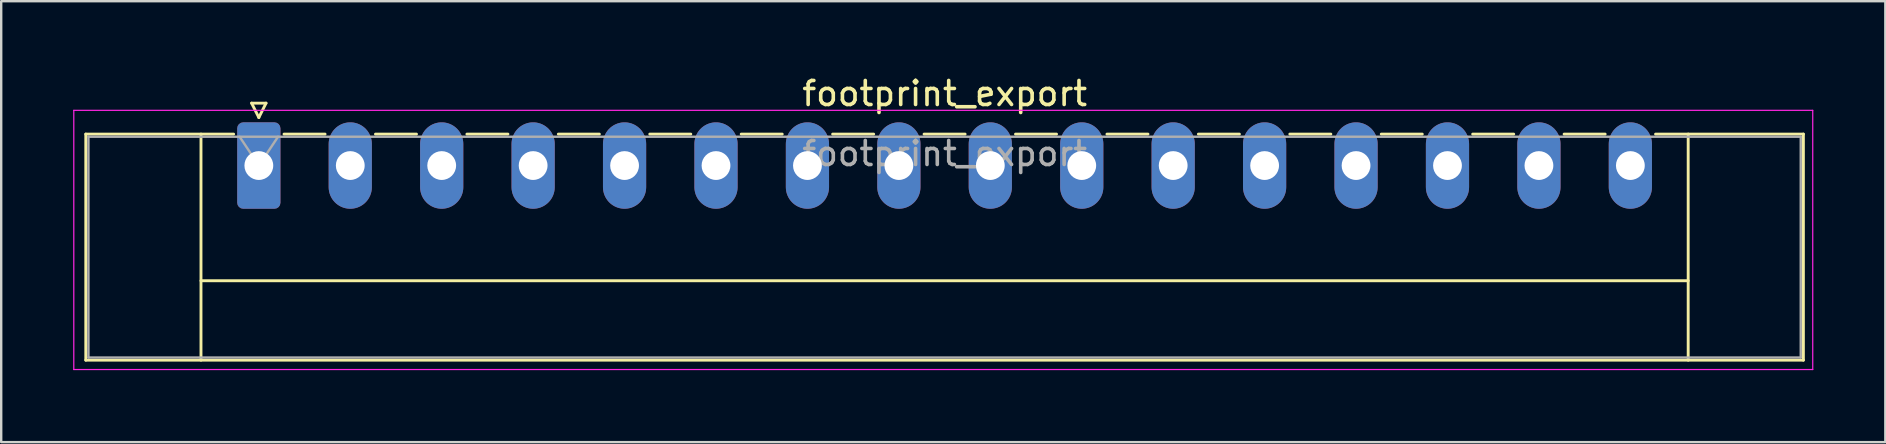
<source format=kicad_pcb>
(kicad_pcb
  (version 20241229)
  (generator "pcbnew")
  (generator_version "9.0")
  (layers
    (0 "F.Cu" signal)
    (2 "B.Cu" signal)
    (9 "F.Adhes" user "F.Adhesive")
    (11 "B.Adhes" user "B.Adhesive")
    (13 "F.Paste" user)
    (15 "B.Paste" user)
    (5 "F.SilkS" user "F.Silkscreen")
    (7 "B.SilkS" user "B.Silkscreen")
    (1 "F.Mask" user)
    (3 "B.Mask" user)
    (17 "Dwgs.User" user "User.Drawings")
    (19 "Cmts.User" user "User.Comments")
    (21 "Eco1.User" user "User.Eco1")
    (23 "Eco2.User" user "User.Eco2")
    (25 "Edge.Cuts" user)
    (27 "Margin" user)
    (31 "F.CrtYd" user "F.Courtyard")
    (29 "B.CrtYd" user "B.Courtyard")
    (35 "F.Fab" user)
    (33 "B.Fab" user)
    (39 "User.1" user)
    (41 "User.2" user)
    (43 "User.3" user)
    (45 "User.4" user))
  (footprint "footprint_export"
    (layer "F.Cu")
    (at 7.735 3.848)
    (property "Reference" "footprint_export" (at 28.58 -3 0) (layer "F.SilkS") (effects (font (size 1 1) (thickness 0.15))))
    (attr through_hole)
    (fp_line (start -7.21 -1.31) (end -7.21 8.11) (stroke (width 0.12) (type solid)) (layer "F.SilkS"))
    (fp_line (start -7.21 -1.31) (end -1.05 -1.31) (stroke (width 0.12) (type solid)) (layer "F.SilkS"))
    (fp_line (start -7.21 8.11) (end 64.36 8.11) (stroke (width 0.12) (type solid)) (layer "F.SilkS"))
    (fp_line (start -2.41 -1.31) (end -2.41 8.11) (stroke (width 0.12) (type solid)) (layer "F.SilkS"))
    (fp_line (start -2.41 4.8) (end 59.56 4.8) (stroke (width 0.12) (type solid)) (layer "F.SilkS"))
    (fp_line (start -0.3 -2.6) (end 0.3 -2.6) (stroke (width 0.12) (type solid)) (layer "F.SilkS"))
    (fp_line (start 0 -2) (end -0.3 -2.6) (stroke (width 0.12) (type solid)) (layer "F.SilkS"))
    (fp_line (start 0.3 -2.6) (end 0 -2) (stroke (width 0.12) (type solid)) (layer "F.SilkS"))
    (fp_line (start 1.05 -1.31) (end 2.76 -1.31) (stroke (width 0.12) (type solid)) (layer "F.SilkS"))
    (fp_line (start 4.86 -1.31) (end 6.57 -1.31) (stroke (width 0.12) (type solid)) (layer "F.SilkS"))
    (fp_line (start 8.67 -1.31) (end 10.38 -1.31) (stroke (width 0.12) (type solid)) (layer "F.SilkS"))
    (fp_line (start 12.48 -1.31) (end 14.19 -1.31) (stroke (width 0.12) (type solid)) (layer "F.SilkS"))
    (fp_line (start 16.29 -1.31) (end 18 -1.31) (stroke (width 0.12) (type solid)) (layer "F.SilkS"))
    (fp_line (start 20.1 -1.31) (end 21.81 -1.31) (stroke (width 0.12) (type solid)) (layer "F.SilkS"))
    (fp_line (start 23.91 -1.31) (end 25.62 -1.31) (stroke (width 0.12) (type solid)) (layer "F.SilkS"))
    (fp_line (start 27.72 -1.31) (end 29.43 -1.31) (stroke (width 0.12) (type solid)) (layer "F.SilkS"))
    (fp_line (start 31.53 -1.31) (end 33.24 -1.31) (stroke (width 0.12) (type solid)) (layer "F.SilkS"))
    (fp_line (start 35.34 -1.31) (end 37.05 -1.31) (stroke (width 0.12) (type solid)) (layer "F.SilkS"))
    (fp_line (start 39.15 -1.31) (end 40.86 -1.31) (stroke (width 0.12) (type solid)) (layer "F.SilkS"))
    (fp_line (start 42.96 -1.31) (end 44.67 -1.31) (stroke (width 0.12) (type solid)) (layer "F.SilkS"))
    (fp_line (start 46.77 -1.31) (end 48.48 -1.31) (stroke (width 0.12) (type solid)) (layer "F.SilkS"))
    (fp_line (start 50.58 -1.31) (end 52.29 -1.31) (stroke (width 0.12) (type solid)) (layer "F.SilkS"))
    (fp_line (start 54.39 -1.31) (end 56.1 -1.31) (stroke (width 0.12) (type solid)) (layer "F.SilkS"))
    (fp_line (start 59.56 -1.31) (end 59.56 8.11) (stroke (width 0.12) (type solid)) (layer "F.SilkS"))
    (fp_line (start 64.36 -1.31) (end 58.2 -1.31) (stroke (width 0.12) (type solid)) (layer "F.SilkS"))
    (fp_line (start 64.36 8.11) (end 64.36 -1.31) (stroke (width 0.12) (type solid)) (layer "F.SilkS"))
    (fp_line (start -7.71 -2.3) (end -7.71 8.5) (stroke (width 0.05) (type solid)) (layer "F.CrtYd"))
    (fp_line (start -7.71 8.5) (end 64.75 8.5) (stroke (width 0.05) (type solid)) (layer "F.CrtYd"))
    (fp_line (start 64.75 -2.3) (end -7.71 -2.3) (stroke (width 0.05) (type solid)) (layer "F.CrtYd"))
    (fp_line (start 64.75 8.5) (end 64.75 -2.3) (stroke (width 0.05) (type solid)) (layer "F.CrtYd"))
    (fp_line (start -7.1 -1.2) (end -7.1 8) (stroke (width 0.1) (type solid)) (layer "F.Fab"))
    (fp_line (start -7.1 8) (end 64.25 8) (stroke (width 0.1) (type solid)) (layer "F.Fab"))
    (fp_line (start 0 0) (end -0.8 -1.2) (stroke (width 0.1) (type solid)) (layer "F.Fab"))
    (fp_line (start 0.8 -1.2) (end 0 0) (stroke (width 0.1) (type solid)) (layer "F.Fab"))
    (fp_line (start 64.25 -1.2) (end -7.1 -1.2) (stroke (width 0.1) (type solid)) (layer "F.Fab"))
    (fp_line (start 64.25 8) (end 64.25 -1.2) (stroke (width 0.1) (type solid)) (layer "F.Fab"))
    (fp_text user "${REFERENCE}" (at 28.58 -0.5 0) (layer "F.Fab") (effects (font (size 1 1) (thickness 0.15))))
    (pad "1" thru_hole roundrect (at 0 0) (size 1.8 3.6) (drill 1.2) (layers "*.Cu" "*.Mask") (roundrect_rratio 0.139))
    (pad "2" thru_hole oval (at 3.81 0) (size 1.8 3.6) (drill 1.2) (layers "*.Cu" "*.Mask"))
    (pad "3" thru_hole oval (at 7.62 0) (size 1.8 3.6) (drill 1.2) (layers "*.Cu" "*.Mask"))
    (pad "4" thru_hole oval (at 11.43 0) (size 1.8 3.6) (drill 1.2) (layers "*.Cu" "*.Mask"))
    (pad "5" thru_hole oval (at 15.24 0) (size 1.8 3.6) (drill 1.2) (layers "*.Cu" "*.Mask"))
    (pad "6" thru_hole oval (at 19.05 0) (size 1.8 3.6) (drill 1.2) (layers "*.Cu" "*.Mask"))
    (pad "7" thru_hole oval (at 22.86 0) (size 1.8 3.6) (drill 1.2) (layers "*.Cu" "*.Mask"))
    (pad "8" thru_hole oval (at 26.67 0) (size 1.8 3.6) (drill 1.2) (layers "*.Cu" "*.Mask"))
    (pad "9" thru_hole oval (at 30.48 0) (size 1.8 3.6) (drill 1.2) (layers "*.Cu" "*.Mask"))
    (pad "10" thru_hole oval (at 34.29 0) (size 1.8 3.6) (drill 1.2) (layers "*.Cu" "*.Mask"))
    (pad "11" thru_hole oval (at 38.1 0) (size 1.8 3.6) (drill 1.2) (layers "*.Cu" "*.Mask"))
    (pad "12" thru_hole oval (at 41.91 0) (size 1.8 3.6) (drill 1.2) (layers "*.Cu" "*.Mask"))
    (pad "13" thru_hole oval (at 45.72 0) (size 1.8 3.6) (drill 1.2) (layers "*.Cu" "*.Mask"))
    (pad "14" thru_hole oval (at 49.53 0) (size 1.8 3.6) (drill 1.2) (layers "*.Cu" "*.Mask"))
    (pad "15" thru_hole oval (at 53.34 0) (size 1.8 3.6) (drill 1.2) (layers "*.Cu" "*.Mask"))
    (pad "16" thru_hole oval (at 57.15 0) (size 1.8 3.6) (drill 1.2) (layers "*.Cu" "*.Mask")))
  (gr_rect
    (start -3 -3)
    (end 75.51 15.373)
    (stroke (width 0.1) (type default))
    (fill no)
    (layer "Edge.Cuts")))
</source>
